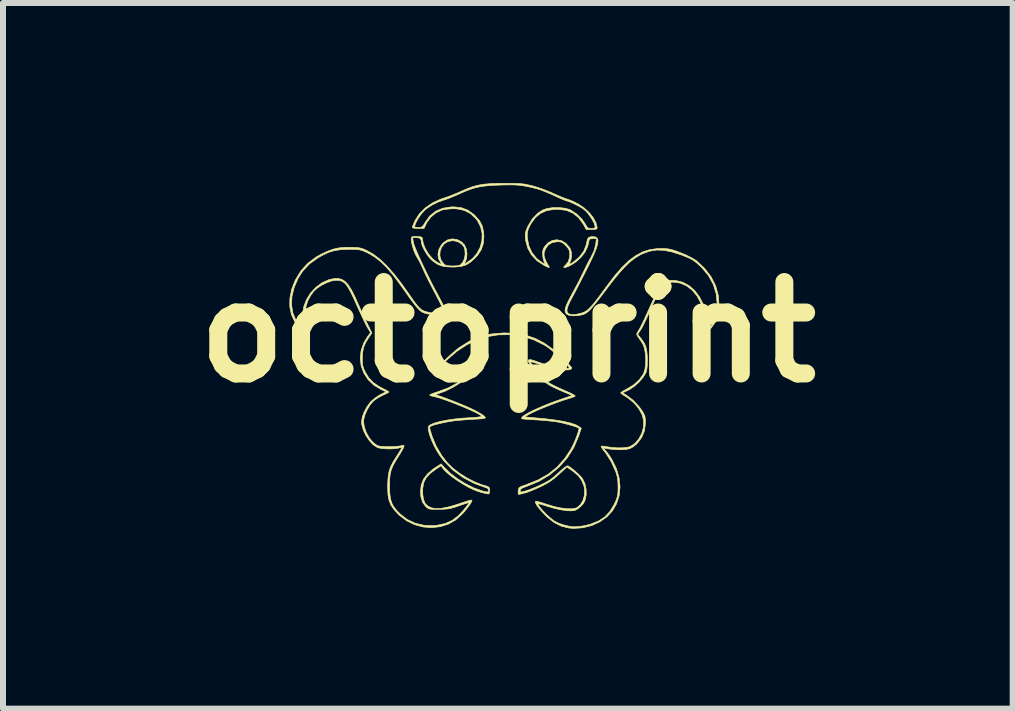
<source format=kicad_pcb>
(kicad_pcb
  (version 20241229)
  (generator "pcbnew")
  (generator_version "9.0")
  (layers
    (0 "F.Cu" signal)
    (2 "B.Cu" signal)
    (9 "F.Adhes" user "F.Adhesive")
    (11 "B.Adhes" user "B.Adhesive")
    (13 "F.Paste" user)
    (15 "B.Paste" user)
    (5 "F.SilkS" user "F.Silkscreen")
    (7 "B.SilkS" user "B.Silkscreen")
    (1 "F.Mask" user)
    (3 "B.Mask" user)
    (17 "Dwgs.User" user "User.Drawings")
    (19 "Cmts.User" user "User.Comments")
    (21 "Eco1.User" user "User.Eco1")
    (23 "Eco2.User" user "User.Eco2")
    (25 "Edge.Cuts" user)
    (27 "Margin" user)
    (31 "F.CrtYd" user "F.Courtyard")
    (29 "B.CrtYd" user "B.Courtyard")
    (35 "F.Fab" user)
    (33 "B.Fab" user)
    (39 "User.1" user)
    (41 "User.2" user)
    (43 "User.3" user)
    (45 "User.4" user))
  (footprint "octoprint"
    (layer "F.Cu")
    (at 5.414 2.485)
    (property "Reference" "octoprint" (at 0 0 0) (layer "F.SilkS") (effects (font (size 1.524 1.524) (thickness 0.3))))
    (attr through_hole)
    (fp_poly (pts (xy 0.055 -2.479) (xy 0.143 -2.478) (xy 0.213 -2.474) (xy 0.273 -2.467) (xy 0.33 -2.456) (xy 0.392 -2.442) (xy 0.415 -2.436) (xy 0.509 -2.408) (xy 0.614 -2.37) (xy 0.715 -2.33) (xy 0.752 -2.313) (xy 0.829 -2.279) (xy 0.902 -2.248) (xy 0.961 -2.225) (xy 0.989 -2.217) (xy 1.038 -2.199) (xy 1.103 -2.171) (xy 1.171 -2.136) (xy 1.178 -2.132) (xy 1.271 -2.07) (xy 1.354 -1.994) (xy 1.421 -1.911) (xy 1.467 -1.826) (xy 1.488 -1.747) (xy 1.489 -1.74) (xy 1.484 -1.722) (xy 1.463 -1.713) (xy 1.418 -1.71) (xy 1.399 -1.71) (xy 1.307 -1.71) (xy 1.256 -1.801) (xy 1.18 -1.905) (xy 1.088 -1.981) (xy 0.978 -2.028) (xy 0.849 -2.046) (xy 0.772 -2.045) (xy 0.648 -2.025) (xy 0.545 -1.98) (xy 0.458 -1.908) (xy 0.385 -1.807) (xy 0.363 -1.766) (xy 0.337 -1.707) (xy 0.325 -1.655) (xy 0.323 -1.594) (xy 0.325 -1.57) (xy 0.348 -1.444) (xy 0.399 -1.33) (xy 0.474 -1.234) (xy 0.516 -1.198) (xy 0.57 -1.16) (xy 0.606 -1.139) (xy 0.623 -1.136) (xy 0.616 -1.152) (xy 0.611 -1.159) (xy 0.598 -1.189) (xy 0.586 -1.239) (xy 0.582 -1.273) (xy 0.58 -1.337) (xy 0.59 -1.384) (xy 0.608 -1.418) (xy 0.668 -1.487) (xy 0.74 -1.527) (xy 0.817 -1.539) (xy 0.895 -1.523) (xy 0.967 -1.48) (xy 1.028 -1.41) (xy 1.045 -1.381) (xy 1.059 -1.33) (xy 1.061 -1.266) (xy 1.052 -1.203) (xy 1.032 -1.158) (xy 1.031 -1.157) (xy 1.021 -1.138) (xy 1.035 -1.137) (xy 1.068 -1.152) (xy 1.084 -1.162) (xy 1.19 -1.25) (xy 1.265 -1.349) (xy 1.308 -1.46) (xy 1.314 -1.493) (xy 1.327 -1.549) (xy 1.349 -1.579) (xy 1.387 -1.59) (xy 1.416 -1.591) (xy 1.461 -1.586) (xy 1.489 -1.566) (xy 1.502 -1.53) (xy 1.498 -1.477) (xy 1.477 -1.402) (xy 1.439 -1.306) (xy 1.383 -1.185) (xy 1.33 -1.078) (xy 1.275 -0.969) (xy 1.217 -0.856) (xy 1.162 -0.749) (xy 1.113 -0.655) (xy 1.079 -0.591) (xy 1.029 -0.495) (xy 0.998 -0.423) (xy 0.985 -0.371) (xy 0.989 -0.334) (xy 1.008 -0.31) (xy 1.019 -0.303) (xy 1.068 -0.292) (xy 1.137 -0.296) (xy 1.216 -0.313) (xy 1.268 -0.331) (xy 1.3 -0.348) (xy 1.335 -0.374) (xy 1.375 -0.413) (xy 1.423 -0.467) (xy 1.481 -0.54) (xy 1.553 -0.635) (xy 1.641 -0.755) (xy 1.652 -0.77) (xy 1.781 -0.94) (xy 1.902 -1.079) (xy 2.018 -1.191) (xy 2.132 -1.275) (xy 2.246 -1.336) (xy 2.363 -1.374) (xy 2.486 -1.391) (xy 2.548 -1.393) (xy 2.62 -1.392) (xy 2.678 -1.386) (xy 2.733 -1.374) (xy 2.797 -1.354) (xy 2.88 -1.323) (xy 2.883 -1.321) (xy 2.972 -1.284) (xy 3.055 -1.243) (xy 3.121 -1.204) (xy 3.146 -1.187) (xy 3.282 -1.06) (xy 3.388 -0.921) (xy 3.464 -0.77) (xy 3.508 -0.61) (xy 3.52 -0.442) (xy 3.517 -0.399) (xy 3.496 -0.268) (xy 3.454 -0.159) (xy 3.388 -0.068) (xy 3.353 -0.034) (xy 3.333 -0.022) (xy 3.318 -0.03) (xy 3.311 -0.039) (xy 3.3 -0.069) (xy 3.29 -0.122) (xy 3.282 -0.189) (xy 3.281 -0.207) (xy 3.259 -0.354) (xy 3.215 -0.488) (xy 3.152 -0.603) (xy 3.072 -0.699) (xy 2.978 -0.771) (xy 2.873 -0.817) (xy 2.759 -0.833) (xy 2.735 -0.832) (xy 2.685 -0.826) (xy 2.641 -0.809) (xy 2.6 -0.78) (xy 2.56 -0.735) (xy 2.519 -0.67) (xy 2.472 -0.582) (xy 2.419 -0.468) (xy 2.377 -0.373) (xy 2.335 -0.279) (xy 2.294 -0.191) (xy 2.257 -0.115) (xy 2.227 -0.058) (xy 2.214 -0.037) (xy 2.164 0.037) (xy 2.217 0.103) (xy 2.266 0.171) (xy 2.298 0.237) (xy 2.316 0.313) (xy 2.325 0.407) (xy 2.326 0.457) (xy 2.324 0.558) (xy 2.315 0.632) (xy 2.301 0.677) (xy 2.254 0.754) (xy 2.186 0.834) (xy 2.106 0.905) (xy 2.025 0.959) (xy 2.011 0.966) (xy 1.912 1.013) (xy 1.976 1.051) (xy 2.088 1.135) (xy 2.189 1.244) (xy 2.232 1.304) (xy 2.265 1.358) (xy 2.284 1.403) (xy 2.292 1.453) (xy 2.293 1.516) (xy 2.278 1.642) (xy 2.231 1.756) (xy 2.153 1.858) (xy 2.149 1.861) (xy 2.092 1.91) (xy 2.032 1.942) (xy 1.96 1.958) (xy 1.868 1.961) (xy 1.82 1.959) (xy 1.747 1.954) (xy 1.682 1.947) (xy 1.636 1.94) (xy 1.626 1.938) (xy 1.583 1.926) (xy 1.629 1.975) (xy 1.662 2.015) (xy 1.702 2.072) (xy 1.734 2.123) (xy 1.809 2.275) (xy 1.854 2.429) (xy 1.87 2.581) (xy 1.855 2.727) (xy 1.81 2.864) (xy 1.745 2.976) (xy 1.651 3.079) (xy 1.533 3.162) (xy 1.398 3.224) (xy 1.251 3.261) (xy 1.1 3.272) (xy 1.023 3.266) (xy 0.896 3.236) (xy 0.776 3.177) (xy 0.661 3.088) (xy 0.609 3.036) (xy 0.535 2.955) (xy 0.485 2.89) (xy 0.46 2.845) (xy 0.461 2.819) (xy 0.461 2.818) (xy 0.48 2.82) (xy 0.524 2.831) (xy 0.586 2.849) (xy 0.654 2.872) (xy 0.774 2.908) (xy 0.889 2.932) (xy 0.993 2.944) (xy 1.08 2.944) (xy 1.143 2.93) (xy 1.151 2.926) (xy 1.209 2.877) (xy 1.252 2.805) (xy 1.276 2.719) (xy 1.279 2.627) (xy 1.27 2.571) (xy 1.231 2.472) (xy 1.168 2.388) (xy 1.078 2.314) (xy 0.983 2.248) (xy 0.852 2.37) (xy 0.769 2.442) (xy 0.688 2.5) (xy 0.594 2.553) (xy 0.552 2.573) (xy 0.473 2.609) (xy 0.398 2.641) (xy 0.336 2.665) (xy 0.305 2.675) (xy 0.252 2.689) (xy 0.208 2.7) (xy 0.198 2.703) (xy 0.178 2.705) (xy 0.171 2.687) (xy 0.172 2.649) (xy 0.176 2.618) (xy 0.185 2.597) (xy 0.207 2.58) (xy 0.247 2.563) (xy 0.313 2.541) (xy 0.313 2.54) (xy 0.508 2.462) (xy 0.676 2.366) (xy 0.821 2.249) (xy 0.947 2.108) (xy 1.043 1.964) (xy 1.077 1.901) (xy 1.112 1.826) (xy 1.143 1.749) (xy 1.168 1.679) (xy 1.183 1.624) (xy 1.185 1.603) (xy 1.17 1.592) (xy 1.128 1.576) (xy 1.068 1.557) (xy 0.995 1.537) (xy 0.917 1.517) (xy 0.841 1.501) (xy 0.821 1.497) (xy 0.748 1.487) (xy 0.654 1.477) (xy 0.552 1.468) (xy 0.474 1.463) (xy 0.391 1.459) (xy 0.319 1.454) (xy 0.265 1.449) (xy 0.238 1.446) (xy 0.237 1.445) (xy 0.227 1.432) (xy 0.245 1.409) (xy 0.289 1.377) (xy 0.355 1.34) (xy 0.441 1.297) (xy 0.542 1.252) (xy 0.656 1.204) (xy 0.78 1.157) (xy 0.91 1.111) (xy 0.914 1.11) (xy 1.073 1.056) (xy 0.939 1) (xy 0.83 0.953) (xy 0.746 0.913) (xy 0.68 0.876) (xy 0.625 0.837) (xy 0.574 0.793) (xy 0.555 0.775) (xy 0.506 0.723) (xy 0.456 0.662) (xy 0.409 0.599) (xy 0.37 0.542) (xy 0.345 0.497) (xy 0.339 0.475) (xy 0.353 0.459) (xy 0.394 0.462) (xy 0.464 0.484) (xy 0.501 0.498) (xy 0.565 0.52) (xy 0.644 0.543) (xy 0.73 0.564) (xy 0.817 0.583) (xy 0.896 0.596) (xy 0.96 0.604) (xy 1.001 0.605) (xy 1.008 0.603) (xy 1.019 0.595) (xy 1.018 0.581) (xy 1.002 0.558) (xy 0.968 0.521) (xy 0.913 0.467) (xy 0.879 0.435) (xy 0.809 0.37) (xy 0.737 0.308) (xy 0.671 0.257) (xy 0.622 0.223) (xy 0.435 0.13) (xy 0.244 0.069) (xy 0.046 0.042) (xy -0.16 0.046) (xy -0.347 0.076) (xy -0.516 0.129) (xy -0.685 0.212) (xy -0.849 0.32) (xy -1.003 0.453) (xy -1.031 0.48) (xy -1.076 0.527) (xy -1.099 0.556) (xy -1.104 0.572) (xy -1.093 0.581) (xy -1.088 0.583) (xy -1.041 0.587) (xy -0.971 0.58) (xy -0.882 0.564) (xy -0.784 0.54) (xy -0.682 0.509) (xy -0.63 0.491) (xy -0.56 0.467) (xy -0.502 0.448) (xy -0.463 0.439) (xy -0.45 0.438) (xy -0.454 0.46) (xy -0.477 0.5) (xy -0.513 0.553) (xy -0.558 0.614) (xy -0.607 0.674) (xy -0.656 0.729) (xy -0.692 0.765) (xy -0.791 0.844) (xy -0.91 0.918) (xy -1.037 0.981) (xy -1.134 1.017) (xy -1.179 1.033) (xy -1.202 1.044) (xy -1.2 1.048) (xy -1.17 1.055) (xy -1.115 1.073) (xy -1.041 1.1) (xy -0.955 1.133) (xy -0.863 1.169) (xy -0.771 1.206) (xy -0.686 1.242) (xy -0.613 1.275) (xy -0.593 1.284) (xy -0.505 1.329) (xy -0.438 1.368) (xy -0.393 1.401) (xy -0.375 1.425) (xy -0.378 1.433) (xy -0.398 1.439) (xy -0.443 1.445) (xy -0.502 1.449) (xy -0.503 1.449) (xy -0.634 1.457) (xy -0.738 1.464) (xy -0.821 1.471) (xy -0.89 1.478) (xy -0.951 1.487) (xy -1.01 1.497) (xy -1.052 1.505) (xy -1.159 1.529) (xy -1.235 1.549) (xy -1.282 1.567) (xy -1.302 1.585) (xy -1.304 1.59) (xy -1.299 1.613) (xy -1.286 1.66) (xy -1.268 1.72) (xy -1.262 1.739) (xy -1.195 1.9) (xy -1.1 2.06) (xy -1.007 2.179) (xy -0.919 2.265) (xy -0.808 2.351) (xy -0.682 2.43) (xy -0.552 2.497) (xy -0.427 2.546) (xy -0.383 2.558) (xy -0.336 2.572) (xy -0.313 2.588) (xy -0.305 2.614) (xy -0.305 2.632) (xy -0.307 2.673) (xy -0.313 2.695) (xy -0.314 2.695) (xy -0.335 2.697) (xy -0.379 2.688) (xy -0.439 2.673) (xy -0.505 2.652) (xy -0.559 2.632) (xy -0.647 2.591) (xy -0.742 2.537) (xy -0.839 2.476) (xy -0.93 2.412) (xy -1.008 2.349) (xy -1.066 2.293) (xy -1.088 2.265) (xy -1.112 2.228) (xy -1.195 2.282) (xy -1.293 2.354) (xy -1.361 2.427) (xy -1.402 2.509) (xy -1.419 2.606) (xy -1.419 2.693) (xy -1.407 2.786) (xy -1.38 2.853) (xy -1.334 2.899) (xy -1.273 2.929) (xy -1.198 2.942) (xy -1.1 2.936) (xy -0.977 2.911) (xy -0.829 2.867) (xy -0.783 2.851) (xy -0.711 2.827) (xy -0.652 2.809) (xy -0.612 2.8) (xy -0.598 2.8) (xy -0.601 2.82) (xy -0.624 2.861) (xy -0.665 2.918) (xy -0.72 2.987) (xy -0.763 3.035) (xy -0.87 3.131) (xy -0.993 3.201) (xy -1.127 3.243) (xy -1.268 3.259) (xy -1.411 3.248) (xy -1.552 3.21) (xy -1.685 3.146) (xy -1.806 3.055) (xy -1.835 3.026) (xy -1.902 2.952) (xy -1.949 2.881) (xy -1.98 2.806) (xy -1.997 2.719) (xy -2.003 2.611) (xy -2.003 2.545) (xy -1.997 2.429) (xy -1.983 2.334) (xy -1.957 2.251) (xy -1.914 2.166) (xy -1.862 2.083) (xy -1.827 2.028) (xy -1.797 1.98) (xy -1.781 1.953) (xy -1.77 1.929) (xy -1.778 1.922) (xy -1.812 1.93) (xy -1.816 1.932) (xy -1.876 1.942) (xy -1.953 1.947) (xy -2.036 1.945) (xy -2.111 1.939) (xy -2.166 1.927) (xy -2.173 1.924) (xy -2.241 1.881) (xy -2.306 1.812) (xy -2.363 1.728) (xy -2.408 1.635) (xy -2.434 1.543) (xy -2.438 1.492) (xy -2.427 1.419) (xy -2.396 1.335) (xy -2.351 1.25) (xy -2.298 1.175) (xy -2.266 1.142) (xy -2.208 1.095) (xy -2.143 1.052) (xy -2.112 1.035) (xy -2.03 0.995) (xy -2.112 0.957) (xy -2.233 0.884) (xy -2.33 0.791) (xy -2.401 0.682) (xy -2.445 0.563) (xy -2.46 0.436) (xy -2.446 0.308) (xy -2.401 0.18) (xy -2.344 0.084) (xy -2.288 0.007) (xy -2.335 -0.068) (xy -2.358 -0.109) (xy -2.39 -0.174) (xy -2.429 -0.256) (xy -2.472 -0.349) (xy -2.506 -0.423) (xy -2.564 -0.553) (xy -2.613 -0.655) (xy -2.655 -0.732) (xy -2.692 -0.788) (xy -2.729 -0.825) (xy -2.767 -0.848) (xy -2.808 -0.86) (xy -2.857 -0.864) (xy -2.869 -0.864) (xy -2.937 -0.853) (xy -3.019 -0.823) (xy -3.103 -0.782) (xy -3.178 -0.732) (xy -3.234 -0.681) (xy -3.234 -0.681) (xy -3.292 -0.602) (xy -3.334 -0.522) (xy -3.363 -0.431) (xy -3.382 -0.32) (xy -3.39 -0.242) (xy -3.398 -0.164) (xy -3.404 -0.098) (xy -3.41 -0.053) (xy -3.414 -0.035) (xy -3.429 -0.041) (xy -3.459 -0.065) (xy -3.473 -0.077) (xy -3.553 -0.176) (xy -3.607 -0.293) (xy -3.634 -0.422) (xy -3.634 -0.453) (xy -3.605 -0.453) (xy -3.583 -0.319) (xy -3.532 -0.197) (xy -3.502 -0.151) (xy -3.447 -0.076) (xy -3.435 -0.144) (xy -3.426 -0.207) (xy -3.422 -0.275) (xy -3.421 -0.288) (xy -3.404 -0.416) (xy -3.358 -0.538) (xy -3.289 -0.65) (xy -3.2 -0.746) (xy -3.096 -0.823) (xy -2.981 -0.874) (xy -2.897 -0.892) (xy -2.828 -0.894) (xy -2.768 -0.879) (xy -2.713 -0.845) (xy -2.661 -0.789) (xy -2.609 -0.708) (xy -2.553 -0.598) (xy -2.516 -0.516) (xy -2.473 -0.419) (xy -2.423 -0.311) (xy -2.375 -0.208) (xy -2.35 -0.158) (xy -2.266 0.015) (xy -2.316 0.088) (xy -2.372 0.178) (xy -2.405 0.259) (xy -2.422 0.347) (xy -2.426 0.432) (xy -2.424 0.507) (xy -2.417 0.563) (xy -2.401 0.613) (xy -2.374 0.67) (xy -2.317 0.763) (xy -2.246 0.838) (xy -2.153 0.902) (xy -2.09 0.936) (xy -2.036 0.963) (xy -1.998 0.985) (xy -1.982 0.998) (xy -1.981 0.998) (xy -1.996 1.009) (xy -2.033 1.029) (xy -2.079 1.05) (xy -2.145 1.084) (xy -2.21 1.126) (xy -2.242 1.151) (xy -2.295 1.212) (xy -2.343 1.292) (xy -2.381 1.377) (xy -2.402 1.457) (xy -2.405 1.489) (xy -2.393 1.578) (xy -2.361 1.67) (xy -2.313 1.757) (xy -2.255 1.83) (xy -2.191 1.881) (xy -2.157 1.897) (xy -2.112 1.905) (xy -2.046 1.909) (xy -1.968 1.91) (xy -1.888 1.907) (xy -1.818 1.901) (xy -1.768 1.892) (xy -1.757 1.889) (xy -1.735 1.884) (xy -1.729 1.897) (xy -1.741 1.931) (xy -1.772 1.988) (xy -1.819 2.064) (xy -1.877 2.158) (xy -1.918 2.234) (xy -1.945 2.301) (xy -1.961 2.368) (xy -1.969 2.445) (xy -1.971 2.541) (xy -1.971 2.564) (xy -1.968 2.682) (xy -1.957 2.774) (xy -1.935 2.849) (xy -1.898 2.916) (xy -1.843 2.983) (xy -1.797 3.029) (xy -1.677 3.123) (xy -1.54 3.187) (xy -1.391 3.221) (xy -1.231 3.225) (xy -1.172 3.218) (xy -1.038 3.188) (xy -0.925 3.137) (xy -0.823 3.059) (xy -0.746 2.976) (xy -0.702 2.922) (xy -0.667 2.877) (xy -0.647 2.849) (xy -0.644 2.843) (xy -0.658 2.844) (xy -0.698 2.855) (xy -0.757 2.874) (xy -0.809 2.893) (xy -0.892 2.921) (xy -0.958 2.939) (xy -1.022 2.949) (xy -1.097 2.953) (xy -1.146 2.953) (xy -1.224 2.954) (xy -1.277 2.952) (xy -1.312 2.946) (xy -1.337 2.934) (xy -1.36 2.915) (xy -1.371 2.905) (xy -1.421 2.836) (xy -1.449 2.746) (xy -1.456 2.659) (xy -1.444 2.548) (xy -1.406 2.451) (xy -1.339 2.363) (xy -1.242 2.281) (xy -1.203 2.255) (xy -1.111 2.196) (xy -1.059 2.255) (xy -0.961 2.351) (xy -0.839 2.444) (xy -0.703 2.528) (xy -0.565 2.597) (xy -0.434 2.644) (xy -0.419 2.648) (xy -0.365 2.661) (xy -0.336 2.664) (xy -0.324 2.658) (xy -0.322 2.641) (xy -0.322 2.639) (xy -0.331 2.609) (xy -0.343 2.601) (xy -0.558 2.523) (xy -0.751 2.421) (xy -0.921 2.296) (xy -1.066 2.147) (xy -1.137 2.053) (xy -1.187 1.973) (xy -1.233 1.887) (xy -1.272 1.799) (xy -1.303 1.717) (xy -1.322 1.646) (xy -1.328 1.593) (xy -1.32 1.566) (xy -1.283 1.54) (xy -1.216 1.514) (xy -1.126 1.489) (xy -1.017 1.467) (xy -0.894 1.449) (xy -0.763 1.435) (xy -0.648 1.428) (xy -0.567 1.423) (xy -0.5 1.417) (xy -0.454 1.41) (xy -0.434 1.404) (xy -0.434 1.402) (xy -0.458 1.383) (xy -0.508 1.354) (xy -0.58 1.319) (xy -0.667 1.28) (xy -0.765 1.238) (xy -0.867 1.197) (xy -0.968 1.158) (xy -1.063 1.124) (xy -1.147 1.096) (xy -1.213 1.078) (xy -1.238 1.073) (xy -1.279 1.063) (xy -1.302 1.052) (xy -1.304 1.049) (xy -1.289 1.038) (xy -1.248 1.021) (xy -1.19 1.001) (xy -1.156 0.99) (xy -0.986 0.927) (xy -0.84 0.846) (xy -0.711 0.745) (xy -0.677 0.712) (xy -0.619 0.652) (xy -0.571 0.594) (xy -0.533 0.544) (xy -0.51 0.506) (xy -0.504 0.484) (xy -0.519 0.482) (xy -0.52 0.482) (xy -0.669 0.538) (xy -0.801 0.576) (xy -0.924 0.598) (xy -1.003 0.605) (xy -1.076 0.608) (xy -1.132 0.607) (xy -1.163 0.602) (xy -1.168 0.599) (xy -1.156 0.579) (xy -1.124 0.543) (xy -1.077 0.495) (xy -1.019 0.439) (xy -0.958 0.382) (xy -0.897 0.328) (xy -0.842 0.282) (xy -0.812 0.259) (xy -0.641 0.152) (xy -0.463 0.076) (xy -0.274 0.031) (xy -0.069 0.014) (xy -0.042 0.014) (xy 0.141 0.024) (xy 0.307 0.054) (xy 0.46 0.107) (xy 0.607 0.184) (xy 0.753 0.288) (xy 0.903 0.422) (xy 0.919 0.437) (xy 0.975 0.495) (xy 1.022 0.543) (xy 1.054 0.579) (xy 1.067 0.597) (xy 1.067 0.597) (xy 1.052 0.619) (xy 1.009 0.63) (xy 0.942 0.631) (xy 0.857 0.621) (xy 0.756 0.602) (xy 0.645 0.574) (xy 0.536 0.54) (xy 0.47 0.518) (xy 0.418 0.502) (xy 0.386 0.495) (xy 0.38 0.495) (xy 0.384 0.512) (xy 0.406 0.549) (xy 0.439 0.598) (xy 0.48 0.652) (xy 0.522 0.705) (xy 0.562 0.75) (xy 0.568 0.755) (xy 0.614 0.796) (xy 0.668 0.835) (xy 0.737 0.875) (xy 0.826 0.919) (xy 0.939 0.97) (xy 0.987 0.991) (xy 1.05 1.019) (xy 1.096 1.044) (xy 1.121 1.062) (xy 1.123 1.068) (xy 1.101 1.078) (xy 1.055 1.095) (xy 0.995 1.114) (xy 0.982 1.118) (xy 0.899 1.144) (xy 0.802 1.179) (xy 0.696 1.219) (xy 0.592 1.261) (xy 0.495 1.301) (xy 0.415 1.338) (xy 0.358 1.367) (xy 0.356 1.368) (xy 0.279 1.413) (xy 0.423 1.426) (xy 0.629 1.445) (xy 0.802 1.467) (xy 0.943 1.491) (xy 1.055 1.518) (xy 1.137 1.547) (xy 1.186 1.575) (xy 1.224 1.604) (xy 1.179 1.736) (xy 1.098 1.926) (xy 0.989 2.098) (xy 0.854 2.25) (xy 0.695 2.381) (xy 0.515 2.489) (xy 0.315 2.571) (xy 0.305 2.574) (xy 0.246 2.597) (xy 0.215 2.619) (xy 0.206 2.638) (xy 0.205 2.658) (xy 0.215 2.665) (xy 0.243 2.661) (xy 0.287 2.65) (xy 0.358 2.627) (xy 0.444 2.593) (xy 0.535 2.552) (xy 0.621 2.51) (xy 0.69 2.471) (xy 0.711 2.457) (xy 0.752 2.425) (xy 0.807 2.378) (xy 0.865 2.326) (xy 0.876 2.315) (xy 0.936 2.263) (xy 0.979 2.234) (xy 1.003 2.228) (xy 1.003 2.229) (xy 1.061 2.268) (xy 1.125 2.32) (xy 1.186 2.376) (xy 1.233 2.426) (xy 1.246 2.444) (xy 1.284 2.524) (xy 1.304 2.617) (xy 1.306 2.711) (xy 1.289 2.798) (xy 1.259 2.858) (xy 1.221 2.899) (xy 1.174 2.939) (xy 1.167 2.944) (xy 1.133 2.965) (xy 1.099 2.975) (xy 1.055 2.979) (xy 0.99 2.976) (xy 0.982 2.975) (xy 0.884 2.962) (xy 0.767 2.935) (xy 0.674 2.908) (xy 0.595 2.883) (xy 0.545 2.868) (xy 0.516 2.862) (xy 0.505 2.865) (xy 0.507 2.876) (xy 0.511 2.885) (xy 0.542 2.928) (xy 0.591 2.984) (xy 0.65 3.044) (xy 0.711 3.099) (xy 0.765 3.142) (xy 0.786 3.155) (xy 0.851 3.187) (xy 0.933 3.214) (xy 1.039 3.24) (xy 1.041 3.24) (xy 1.105 3.245) (xy 1.188 3.24) (xy 1.28 3.226) (xy 1.368 3.204) (xy 1.384 3.199) (xy 1.515 3.146) (xy 1.619 3.077) (xy 1.702 2.988) (xy 1.771 2.874) (xy 1.781 2.853) (xy 1.809 2.791) (xy 1.825 2.739) (xy 1.834 2.686) (xy 1.837 2.618) (xy 1.837 2.582) (xy 1.834 2.491) (xy 1.825 2.418) (xy 1.806 2.349) (xy 1.796 2.32) (xy 1.721 2.156) (xy 1.63 2.014) (xy 1.598 1.974) (xy 1.569 1.935) (xy 1.555 1.908) (xy 1.557 1.9) (xy 1.583 1.9) (xy 1.629 1.906) (xy 1.66 1.912) (xy 1.742 1.924) (xy 1.832 1.929) (xy 1.92 1.928) (xy 1.995 1.919) (xy 2.037 1.908) (xy 2.115 1.858) (xy 2.181 1.782) (xy 2.231 1.69) (xy 2.26 1.588) (xy 2.264 1.485) (xy 2.264 1.48) (xy 2.238 1.377) (xy 2.182 1.275) (xy 2.101 1.179) (xy 2 1.096) (xy 1.949 1.064) (xy 1.908 1.038) (xy 1.883 1.018) (xy 1.88 1.012) (xy 1.894 0.999) (xy 1.931 0.976) (xy 1.984 0.947) (xy 1.995 0.941) (xy 2.103 0.874) (xy 2.193 0.791) (xy 2.258 0.699) (xy 2.259 0.697) (xy 2.285 0.621) (xy 2.297 0.522) (xy 2.296 0.41) (xy 2.289 0.342) (xy 2.276 0.267) (xy 2.256 0.211) (xy 2.225 0.159) (xy 2.207 0.133) (xy 2.174 0.086) (xy 2.152 0.049) (xy 2.147 0.031) (xy 2.158 0.008) (xy 2.18 -0.031) (xy 2.191 -0.047) (xy 2.213 -0.087) (xy 2.244 -0.15) (xy 2.28 -0.226) (xy 2.318 -0.309) (xy 2.32 -0.313) (xy 2.387 -0.462) (xy 2.444 -0.582) (xy 2.493 -0.676) (xy 2.537 -0.747) (xy 2.577 -0.798) (xy 2.615 -0.832) (xy 2.652 -0.852) (xy 2.667 -0.857) (xy 2.71 -0.861) (xy 2.769 -0.861) (xy 2.806 -0.858) (xy 2.919 -0.83) (xy 3.023 -0.773) (xy 3.116 -0.69) (xy 3.195 -0.585) (xy 3.257 -0.463) (xy 3.299 -0.327) (xy 3.318 -0.182) (xy 3.319 -0.147) (xy 3.322 -0.087) (xy 3.332 -0.059) (xy 3.35 -0.062) (xy 3.379 -0.095) (xy 3.414 -0.149) (xy 3.449 -0.216) (xy 3.472 -0.283) (xy 3.484 -0.36) (xy 3.488 -0.458) (xy 3.488 -0.474) (xy 3.472 -0.64) (xy 3.423 -0.797) (xy 3.343 -0.942) (xy 3.232 -1.075) (xy 3.206 -1.1) (xy 3.148 -1.152) (xy 3.099 -1.19) (xy 3.049 -1.221) (xy 2.986 -1.249) (xy 2.903 -1.282) (xy 2.896 -1.285) (xy 2.741 -1.335) (xy 2.604 -1.363) (xy 2.481 -1.368) (xy 2.364 -1.349) (xy 2.248 -1.308) (xy 2.197 -1.282) (xy 2.118 -1.234) (xy 2.037 -1.171) (xy 1.952 -1.09) (xy 1.859 -0.988) (xy 1.755 -0.861) (xy 1.657 -0.733) (xy 1.566 -0.613) (xy 1.493 -0.518) (xy 1.433 -0.444) (xy 1.385 -0.388) (xy 1.345 -0.348) (xy 1.311 -0.321) (xy 1.28 -0.303) (xy 1.249 -0.291) (xy 1.245 -0.29) (xy 1.162 -0.274) (xy 1.084 -0.271) (xy 1.019 -0.28) (xy 0.976 -0.302) (xy 0.974 -0.304) (xy 0.958 -0.33) (xy 0.953 -0.362) (xy 0.96 -0.404) (xy 0.981 -0.462) (xy 1.018 -0.538) (xy 1.071 -0.638) (xy 1.085 -0.663) (xy 1.134 -0.754) (xy 1.183 -0.847) (xy 1.226 -0.934) (xy 1.259 -1.002) (xy 1.263 -1.009) (xy 1.301 -1.089) (xy 1.345 -1.176) (xy 1.386 -1.25) (xy 1.387 -1.251) (xy 1.438 -1.358) (xy 1.463 -1.457) (xy 1.464 -1.46) (xy 1.476 -1.558) (xy 1.415 -1.558) (xy 1.37 -1.552) (xy 1.355 -1.536) (xy 1.355 -1.536) (xy 1.35 -1.508) (xy 1.338 -1.46) (xy 1.328 -1.423) (xy 1.287 -1.335) (xy 1.221 -1.248) (xy 1.136 -1.17) (xy 1.041 -1.11) (xy 0.987 -1.086) (xy 0.949 -1.075) (xy 0.931 -1.078) (xy 0.938 -1.095) (xy 0.96 -1.115) (xy 1.004 -1.169) (xy 1.029 -1.247) (xy 1.033 -1.304) (xy 1.028 -1.351) (xy 1.008 -1.392) (xy 0.968 -1.439) (xy 0.925 -1.48) (xy 0.889 -1.5) (xy 0.847 -1.507) (xy 0.832 -1.507) (xy 0.743 -1.494) (xy 0.676 -1.455) (xy 0.629 -1.389) (xy 0.626 -1.382) (xy 0.606 -1.329) (xy 0.603 -1.285) (xy 0.612 -1.243) (xy 0.633 -1.187) (xy 0.659 -1.137) (xy 0.662 -1.132) (xy 0.686 -1.095) (xy 0.69 -1.078) (xy 0.669 -1.081) (xy 0.622 -1.103) (xy 0.609 -1.109) (xy 0.489 -1.187) (xy 0.396 -1.284) (xy 0.332 -1.398) (xy 0.297 -1.528) (xy 0.294 -1.552) (xy 0.29 -1.613) (xy 0.294 -1.66) (xy 0.31 -1.709) (xy 0.334 -1.764) (xy 0.406 -1.884) (xy 0.496 -1.979) (xy 0.581 -2.035) (xy 0.653 -2.06) (xy 0.746 -2.074) (xy 0.846 -2.076) (xy 0.942 -2.066) (xy 1.023 -2.046) (xy 1.046 -2.035) (xy 1.15 -1.966) (xy 1.237 -1.88) (xy 1.289 -1.804) (xy 1.315 -1.758) (xy 1.339 -1.735) (xy 1.371 -1.728) (xy 1.393 -1.727) (xy 1.439 -1.732) (xy 1.456 -1.748) (xy 1.456 -1.752) (xy 1.443 -1.805) (xy 1.406 -1.877) (xy 1.349 -1.96) (xy 1.305 -2.012) (xy 1.256 -2.054) (xy 1.191 -2.094) (xy 1.147 -2.117) (xy 1.085 -2.147) (xy 1.032 -2.17) (xy 0.997 -2.183) (xy 0.99 -2.184) (xy 0.966 -2.191) (xy 0.92 -2.209) (xy 0.858 -2.236) (xy 0.819 -2.254) (xy 0.709 -2.304) (xy 0.62 -2.341) (xy 0.545 -2.37) (xy 0.473 -2.392) (xy 0.397 -2.411) (xy 0.331 -2.425) (xy 0.26 -2.438) (xy 0.195 -2.447) (xy 0.128 -2.452) (xy 0.049 -2.454) (xy -0.048 -2.453) (xy -0.127 -2.451) (xy -0.266 -2.445) (xy -0.381 -2.435) (xy -0.48 -2.42) (xy -0.572 -2.397) (xy -0.666 -2.365) (xy -0.771 -2.321) (xy -0.821 -2.298) (xy -0.899 -2.264) (xy -0.975 -2.233) (xy -1.037 -2.21) (xy -1.066 -2.201) (xy -1.161 -2.168) (xy -1.259 -2.12) (xy -1.346 -2.064) (xy -1.39 -2.028) (xy -1.443 -1.968) (xy -1.494 -1.895) (xy -1.534 -1.821) (xy -1.549 -1.782) (xy -1.553 -1.758) (xy -1.54 -1.747) (xy -1.503 -1.744) (xy -1.493 -1.744) (xy -1.455 -1.746) (xy -1.428 -1.757) (xy -1.405 -1.784) (xy -1.375 -1.833) (xy -1.374 -1.835) (xy -1.298 -1.939) (xy -1.202 -2.015) (xy -1.086 -2.064) (xy -0.95 -2.086) (xy -0.893 -2.087) (xy -0.774 -2.073) (xy -0.67 -2.034) (xy -0.573 -1.966) (xy -0.553 -1.948) (xy -0.475 -1.861) (xy -0.426 -1.768) (xy -0.403 -1.659) (xy -0.399 -1.592) (xy -0.409 -1.475) (xy -0.443 -1.374) (xy -0.504 -1.28) (xy -0.559 -1.222) (xy -0.631 -1.159) (xy -0.701 -1.118) (xy -0.778 -1.094) (xy -0.874 -1.085) (xy -0.919 -1.084) (xy -1.022 -1.088) (xy -1.102 -1.102) (xy -1.171 -1.13) (xy -1.24 -1.176) (xy -1.263 -1.194) (xy -1.306 -1.239) (xy -1.351 -1.299) (xy -1.392 -1.367) (xy -1.423 -1.43) (xy -1.439 -1.481) (xy -1.439 -1.491) (xy -1.447 -1.542) (xy -1.475 -1.568) (xy -1.523 -1.575) (xy -1.587 -1.575) (xy -1.574 -1.493) (xy -1.562 -1.452) (xy -1.536 -1.385) (xy -1.499 -1.297) (xy -1.452 -1.194) (xy -1.398 -1.079) (xy -1.339 -0.957) (xy -1.278 -0.833) (xy -1.215 -0.712) (xy -1.161 -0.611) (xy -1.108 -0.511) (xy -1.071 -0.436) (xy -1.05 -0.381) (xy -1.043 -0.344) (xy -1.047 -0.32) (xy -1.054 -0.311) (xy -1.092 -0.294) (xy -1.152 -0.286) (xy -1.226 -0.287) (xy -1.304 -0.296) (xy -1.377 -0.313) (xy -1.425 -0.332) (xy -1.454 -0.351) (xy -1.487 -0.381) (xy -1.528 -0.427) (xy -1.578 -0.492) (xy -1.642 -0.578) (xy -1.72 -0.689) (xy -1.724 -0.694) (xy -1.836 -0.85) (xy -1.936 -0.979) (xy -2.028 -1.085) (xy -2.115 -1.17) (xy -2.201 -1.239) (xy -2.288 -1.294) (xy -2.346 -1.325) (xy -2.399 -1.349) (xy -2.442 -1.364) (xy -2.485 -1.374) (xy -2.538 -1.378) (xy -2.609 -1.379) (xy -2.659 -1.379) (xy -2.784 -1.374) (xy -2.888 -1.359) (xy -2.984 -1.33) (xy -3.082 -1.285) (xy -3.166 -1.237) (xy -3.308 -1.135) (xy -3.422 -1.012) (xy -3.495 -0.898) (xy -3.561 -0.745) (xy -3.598 -0.596) (xy -3.605 -0.453) (xy -3.634 -0.453) (xy -3.633 -0.562) (xy -3.605 -0.706) (xy -3.549 -0.853) (xy -3.539 -0.872) (xy -3.447 -1.023) (xy -3.334 -1.147) (xy -3.198 -1.249) (xy -3.107 -1.3) (xy -2.999 -1.35) (xy -2.907 -1.383) (xy -2.819 -1.403) (xy -2.721 -1.412) (xy -2.642 -1.413) (xy -2.558 -1.412) (xy -2.498 -1.408) (xy -2.45 -1.399) (xy -2.404 -1.384) (xy -2.354 -1.361) (xy -2.244 -1.3) (xy -2.134 -1.216) (xy -2.02 -1.108) (xy -1.901 -0.974) (xy -1.774 -0.812) (xy -1.667 -0.661) (xy -1.598 -0.562) (xy -1.545 -0.488) (xy -1.502 -0.434) (xy -1.466 -0.396) (xy -1.432 -0.37) (xy -1.397 -0.352) (xy -1.355 -0.339) (xy -1.321 -0.33) (xy -1.217 -0.312) (xy -1.136 -0.313) (xy -1.134 -0.313) (xy -1.09 -0.323) (xy -1.072 -0.335) (xy -1.073 -0.359) (xy -1.075 -0.369) (xy -1.087 -0.399) (xy -1.112 -0.452) (xy -1.147 -0.522) (xy -1.189 -0.603) (xy -1.213 -0.649) (xy -1.264 -0.746) (xy -1.316 -0.847) (xy -1.363 -0.941) (xy -1.4 -1.02) (xy -1.408 -1.039) (xy -1.44 -1.11) (xy -1.471 -1.173) (xy -1.497 -1.22) (xy -1.506 -1.235) (xy -1.538 -1.291) (xy -1.567 -1.36) (xy -1.59 -1.432) (xy -1.606 -1.5) (xy -1.611 -1.554) (xy -1.605 -1.583) (xy -1.584 -1.592) (xy -1.54 -1.595) (xy -1.509 -1.594) (xy -1.457 -1.589) (xy -1.432 -1.58) (xy -1.423 -1.562) (xy -1.422 -1.55) (xy -1.409 -1.474) (xy -1.374 -1.389) (xy -1.323 -1.304) (xy -1.26 -1.23) (xy -1.213 -1.189) (xy -1.162 -1.156) (xy -1.126 -1.138) (xy -1.108 -1.136) (xy -1.112 -1.151) (xy -1.124 -1.166) (xy -1.158 -1.227) (xy -1.162 -1.271) (xy -1.133 -1.271) (xy -1.113 -1.2) (xy -1.067 -1.137) (xy -1.051 -1.122) (xy -1.017 -1.11) (xy -0.963 -1.103) (xy -0.9 -1.102) (xy -0.841 -1.106) (xy -0.799 -1.116) (xy -0.795 -1.118) (xy -0.754 -1.158) (xy -0.725 -1.22) (xy -0.712 -1.294) (xy -0.716 -1.37) (xy -0.728 -1.413) (xy -0.762 -1.461) (xy -0.82 -1.5) (xy -0.89 -1.521) (xy -0.925 -1.524) (xy -1 -1.509) (xy -1.061 -1.47) (xy -1.105 -1.413) (xy -1.129 -1.345) (xy -1.133 -1.271) (xy -1.162 -1.271) (xy -1.165 -1.3) (xy -1.149 -1.378) (xy -1.109 -1.452) (xy -1.076 -1.489) (xy -1.006 -1.536) (xy -0.927 -1.554) (xy -0.847 -1.543) (xy -0.773 -1.505) (xy -0.723 -1.453) (xy -0.694 -1.39) (xy -0.681 -1.312) (xy -0.686 -1.235) (xy -0.702 -1.187) (xy -0.73 -1.132) (xy -0.691 -1.153) (xy -0.591 -1.224) (xy -0.514 -1.313) (xy -0.46 -1.417) (xy -0.432 -1.528) (xy -0.429 -1.643) (xy -0.454 -1.754) (xy -0.507 -1.858) (xy -0.535 -1.893) (xy -0.624 -1.976) (xy -0.727 -2.029) (xy -0.845 -2.053) (xy -0.897 -2.056) (xy -0.972 -2.053) (xy -1.043 -2.045) (xy -1.096 -2.035) (xy -1.195 -1.989) (xy -1.282 -1.918) (xy -1.348 -1.83) (xy -1.355 -1.816) (xy -1.397 -1.728) (xy -1.494 -1.727) (xy -1.551 -1.73) (xy -1.585 -1.738) (xy -1.592 -1.745) (xy -1.585 -1.769) (xy -1.567 -1.813) (xy -1.547 -1.858) (xy -1.476 -1.97) (xy -1.377 -2.07) (xy -1.256 -2.153) (xy -1.116 -2.217) (xy -1.062 -2.235) (xy -1.001 -2.255) (xy -0.922 -2.285) (xy -0.836 -2.321) (xy -0.784 -2.344) (xy -0.679 -2.389) (xy -0.586 -2.424) (xy -0.496 -2.448) (xy -0.401 -2.465) (xy -0.294 -2.474) (xy -0.166 -2.479) (xy -0.059 -2.48) (xy 0.055 -2.479)) (stroke (width 0.01) (type solid)) (fill yes) (layer "F.SilkS")))
  (gr_rect
    (start -3 -3)
    (end 13.828 8.761)
    (stroke (width 0.1) (type default))
    (fill no)
    (layer "Edge.Cuts")))
</source>
